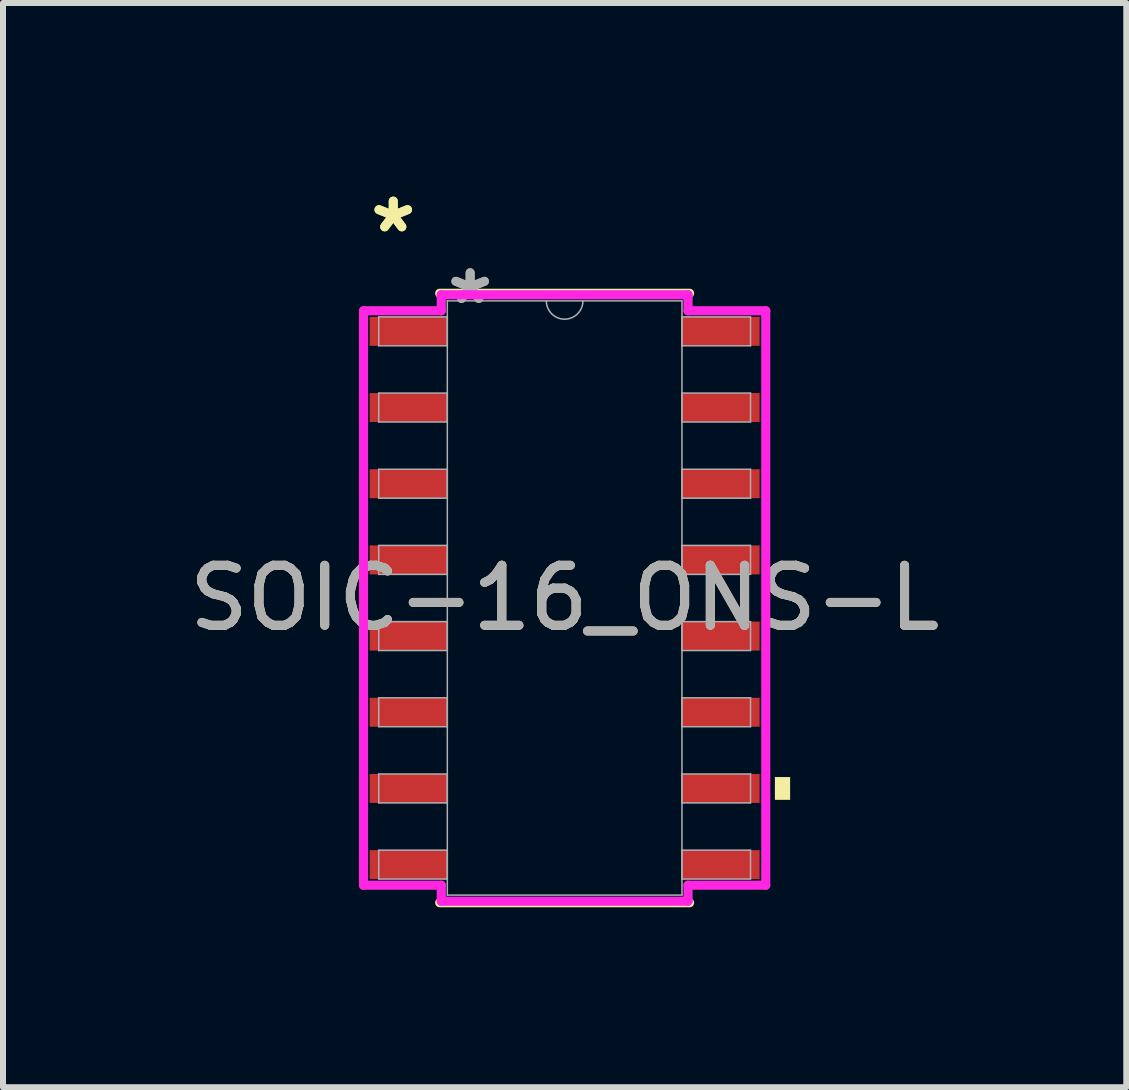
<source format=kicad_pcb>
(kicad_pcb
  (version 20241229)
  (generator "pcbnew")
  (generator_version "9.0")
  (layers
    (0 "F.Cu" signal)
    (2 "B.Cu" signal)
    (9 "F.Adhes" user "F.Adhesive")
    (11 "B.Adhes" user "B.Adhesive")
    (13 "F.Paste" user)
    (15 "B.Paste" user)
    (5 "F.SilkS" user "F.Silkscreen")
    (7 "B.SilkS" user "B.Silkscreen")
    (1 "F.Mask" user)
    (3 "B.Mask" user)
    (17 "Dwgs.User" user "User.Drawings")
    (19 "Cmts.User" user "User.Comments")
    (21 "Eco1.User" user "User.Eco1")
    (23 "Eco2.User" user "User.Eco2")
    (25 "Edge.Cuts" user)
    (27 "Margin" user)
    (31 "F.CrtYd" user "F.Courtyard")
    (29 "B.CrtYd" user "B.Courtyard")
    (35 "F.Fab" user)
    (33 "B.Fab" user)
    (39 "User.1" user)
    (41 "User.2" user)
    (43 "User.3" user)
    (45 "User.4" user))
  (footprint "SOIC-16_ONS-L"
    (layer "F.Cu")
    (at 6.363 6.919)
    (property "Reference" "SOIC-16_ONS-L" (at 0 0 0) (unlocked yes) (layer "F.SilkS") (effects (font (size 1 1) (thickness 0.15))))
    (attr smd)
    (fp_line (start -2.083 5.08) (end 2.083 5.08) (stroke (width 0.152) (type solid)) (layer "F.SilkS"))
    (fp_line (start 2.083 -5.08) (end -2.083 -5.08) (stroke (width 0.152) (type solid)) (layer "F.SilkS"))
    (fp_poly (pts (xy 3.759 2.985) (xy 3.759 3.365) (xy 3.505 3.365) (xy 3.505 2.985)) (stroke (width 0) (type solid)) (fill yes) (layer "F.SilkS"))
    (fp_line (start -3.353 -4.788) (end -2.057 -4.788) (stroke (width 0.152) (type solid)) (layer "F.CrtYd"))
    (fp_line (start -3.353 4.788) (end -3.353 -4.788) (stroke (width 0.152) (type solid)) (layer "F.CrtYd"))
    (fp_line (start -3.353 4.788) (end -2.057 4.788) (stroke (width 0.152) (type solid)) (layer "F.CrtYd"))
    (fp_line (start -2.057 -5.055) (end 2.057 -5.055) (stroke (width 0.152) (type solid)) (layer "F.CrtYd"))
    (fp_line (start -2.057 -4.788) (end -2.057 -5.055) (stroke (width 0.152) (type solid)) (layer "F.CrtYd"))
    (fp_line (start -2.057 5.055) (end -2.057 4.788) (stroke (width 0.152) (type solid)) (layer "F.CrtYd"))
    (fp_line (start 2.057 -5.055) (end 2.057 -4.788) (stroke (width 0.152) (type solid)) (layer "F.CrtYd"))
    (fp_line (start 2.057 4.788) (end 2.057 5.055) (stroke (width 0.152) (type solid)) (layer "F.CrtYd"))
    (fp_line (start 2.057 5.055) (end -2.057 5.055) (stroke (width 0.152) (type solid)) (layer "F.CrtYd"))
    (fp_line (start 3.353 -4.788) (end 2.057 -4.788) (stroke (width 0.152) (type solid)) (layer "F.CrtYd"))
    (fp_line (start 3.353 -4.788) (end 3.353 4.788) (stroke (width 0.152) (type solid)) (layer "F.CrtYd"))
    (fp_line (start 3.353 4.788) (end 2.057 4.788) (stroke (width 0.152) (type solid)) (layer "F.CrtYd"))
    (fp_line (start -3.099 -4.686) (end -3.099 -4.204) (stroke (width 0.025) (type solid)) (layer "F.Fab"))
    (fp_line (start -3.099 -4.204) (end -1.956 -4.204) (stroke (width 0.025) (type solid)) (layer "F.Fab"))
    (fp_line (start -3.099 -3.416) (end -3.099 -2.934) (stroke (width 0.025) (type solid)) (layer "F.Fab"))
    (fp_line (start -3.099 -2.934) (end -1.956 -2.934) (stroke (width 0.025) (type solid)) (layer "F.Fab"))
    (fp_line (start -3.099 -2.146) (end -3.099 -1.664) (stroke (width 0.025) (type solid)) (layer "F.Fab"))
    (fp_line (start -3.099 -1.664) (end -1.956 -1.664) (stroke (width 0.025) (type solid)) (layer "F.Fab"))
    (fp_line (start -3.099 -0.876) (end -3.099 -0.394) (stroke (width 0.025) (type solid)) (layer "F.Fab"))
    (fp_line (start -3.099 -0.394) (end -1.956 -0.394) (stroke (width 0.025) (type solid)) (layer "F.Fab"))
    (fp_line (start -3.099 0.394) (end -3.099 0.876) (stroke (width 0.025) (type solid)) (layer "F.Fab"))
    (fp_line (start -3.099 0.876) (end -1.956 0.876) (stroke (width 0.025) (type solid)) (layer "F.Fab"))
    (fp_line (start -3.099 1.664) (end -3.099 2.146) (stroke (width 0.025) (type solid)) (layer "F.Fab"))
    (fp_line (start -3.099 2.146) (end -1.956 2.146) (stroke (width 0.025) (type solid)) (layer "F.Fab"))
    (fp_line (start -3.099 2.934) (end -3.099 3.416) (stroke (width 0.025) (type solid)) (layer "F.Fab"))
    (fp_line (start -3.099 3.416) (end -1.956 3.416) (stroke (width 0.025) (type solid)) (layer "F.Fab"))
    (fp_line (start -3.099 4.204) (end -3.099 4.686) (stroke (width 0.025) (type solid)) (layer "F.Fab"))
    (fp_line (start -3.099 4.686) (end -1.956 4.686) (stroke (width 0.025) (type solid)) (layer "F.Fab"))
    (fp_line (start -1.956 -4.953) (end -1.956 4.953) (stroke (width 0.025) (type solid)) (layer "F.Fab"))
    (fp_line (start -1.956 -4.686) (end -3.099 -4.686) (stroke (width 0.025) (type solid)) (layer "F.Fab"))
    (fp_line (start -1.956 -4.204) (end -1.956 -4.686) (stroke (width 0.025) (type solid)) (layer "F.Fab"))
    (fp_line (start -1.956 -3.416) (end -3.099 -3.416) (stroke (width 0.025) (type solid)) (layer "F.Fab"))
    (fp_line (start -1.956 -2.934) (end -1.956 -3.416) (stroke (width 0.025) (type solid)) (layer "F.Fab"))
    (fp_line (start -1.956 -2.146) (end -3.099 -2.146) (stroke (width 0.025) (type solid)) (layer "F.Fab"))
    (fp_line (start -1.956 -1.664) (end -1.956 -2.146) (stroke (width 0.025) (type solid)) (layer "F.Fab"))
    (fp_line (start -1.956 -0.876) (end -3.099 -0.876) (stroke (width 0.025) (type solid)) (layer "F.Fab"))
    (fp_line (start -1.956 -0.394) (end -1.956 -0.876) (stroke (width 0.025) (type solid)) (layer "F.Fab"))
    (fp_line (start -1.956 0.394) (end -3.099 0.394) (stroke (width 0.025) (type solid)) (layer "F.Fab"))
    (fp_line (start -1.956 0.876) (end -1.956 0.394) (stroke (width 0.025) (type solid)) (layer "F.Fab"))
    (fp_line (start -1.956 1.664) (end -3.099 1.664) (stroke (width 0.025) (type solid)) (layer "F.Fab"))
    (fp_line (start -1.956 2.146) (end -1.956 1.664) (stroke (width 0.025) (type solid)) (layer "F.Fab"))
    (fp_line (start -1.956 2.934) (end -3.099 2.934) (stroke (width 0.025) (type solid)) (layer "F.Fab"))
    (fp_line (start -1.956 3.416) (end -1.956 2.934) (stroke (width 0.025) (type solid)) (layer "F.Fab"))
    (fp_line (start -1.956 4.204) (end -3.099 4.204) (stroke (width 0.025) (type solid)) (layer "F.Fab"))
    (fp_line (start -1.956 4.686) (end -1.956 4.204) (stroke (width 0.025) (type solid)) (layer "F.Fab"))
    (fp_line (start -1.956 4.953) (end 1.956 4.953) (stroke (width 0.025) (type solid)) (layer "F.Fab"))
    (fp_line (start 1.956 -4.953) (end -1.956 -4.953) (stroke (width 0.025) (type solid)) (layer "F.Fab"))
    (fp_line (start 1.956 -4.686) (end 1.956 -4.204) (stroke (width 0.025) (type solid)) (layer "F.Fab"))
    (fp_line (start 1.956 -4.204) (end 3.099 -4.204) (stroke (width 0.025) (type solid)) (layer "F.Fab"))
    (fp_line (start 1.956 -3.416) (end 1.956 -2.934) (stroke (width 0.025) (type solid)) (layer "F.Fab"))
    (fp_line (start 1.956 -2.934) (end 3.099 -2.934) (stroke (width 0.025) (type solid)) (layer "F.Fab"))
    (fp_line (start 1.956 -2.146) (end 1.956 -1.664) (stroke (width 0.025) (type solid)) (layer "F.Fab"))
    (fp_line (start 1.956 -1.664) (end 3.099 -1.664) (stroke (width 0.025) (type solid)) (layer "F.Fab"))
    (fp_line (start 1.956 -0.876) (end 1.956 -0.394) (stroke (width 0.025) (type solid)) (layer "F.Fab"))
    (fp_line (start 1.956 -0.394) (end 3.099 -0.394) (stroke (width 0.025) (type solid)) (layer "F.Fab"))
    (fp_line (start 1.956 0.394) (end 1.956 0.876) (stroke (width 0.025) (type solid)) (layer "F.Fab"))
    (fp_line (start 1.956 0.876) (end 3.099 0.876) (stroke (width 0.025) (type solid)) (layer "F.Fab"))
    (fp_line (start 1.956 1.664) (end 1.956 2.146) (stroke (width 0.025) (type solid)) (layer "F.Fab"))
    (fp_line (start 1.956 2.146) (end 3.099 2.146) (stroke (width 0.025) (type solid)) (layer "F.Fab"))
    (fp_line (start 1.956 2.934) (end 1.956 3.416) (stroke (width 0.025) (type solid)) (layer "F.Fab"))
    (fp_line (start 1.956 3.416) (end 3.099 3.416) (stroke (width 0.025) (type solid)) (layer "F.Fab"))
    (fp_line (start 1.956 4.204) (end 1.956 4.686) (stroke (width 0.025) (type solid)) (layer "F.Fab"))
    (fp_line (start 1.956 4.686) (end 3.099 4.686) (stroke (width 0.025) (type solid)) (layer "F.Fab"))
    (fp_line (start 1.956 4.953) (end 1.956 -4.953) (stroke (width 0.025) (type solid)) (layer "F.Fab"))
    (fp_line (start 3.099 -4.686) (end 1.956 -4.686) (stroke (width 0.025) (type solid)) (layer "F.Fab"))
    (fp_line (start 3.099 -4.204) (end 3.099 -4.686) (stroke (width 0.025) (type solid)) (layer "F.Fab"))
    (fp_line (start 3.099 -3.416) (end 1.956 -3.416) (stroke (width 0.025) (type solid)) (layer "F.Fab"))
    (fp_line (start 3.099 -2.934) (end 3.099 -3.416) (stroke (width 0.025) (type solid)) (layer "F.Fab"))
    (fp_line (start 3.099 -2.146) (end 1.956 -2.146) (stroke (width 0.025) (type solid)) (layer "F.Fab"))
    (fp_line (start 3.099 -1.664) (end 3.099 -2.146) (stroke (width 0.025) (type solid)) (layer "F.Fab"))
    (fp_line (start 3.099 -0.876) (end 1.956 -0.876) (stroke (width 0.025) (type solid)) (layer "F.Fab"))
    (fp_line (start 3.099 -0.394) (end 3.099 -0.876) (stroke (width 0.025) (type solid)) (layer "F.Fab"))
    (fp_line (start 3.099 0.394) (end 1.956 0.394) (stroke (width 0.025) (type solid)) (layer "F.Fab"))
    (fp_line (start 3.099 0.876) (end 3.099 0.394) (stroke (width 0.025) (type solid)) (layer "F.Fab"))
    (fp_line (start 3.099 1.664) (end 1.956 1.664) (stroke (width 0.025) (type solid)) (layer "F.Fab"))
    (fp_line (start 3.099 2.146) (end 3.099 1.664) (stroke (width 0.025) (type solid)) (layer "F.Fab"))
    (fp_line (start 3.099 2.934) (end 1.956 2.934) (stroke (width 0.025) (type solid)) (layer "F.Fab"))
    (fp_line (start 3.099 3.416) (end 3.099 2.934) (stroke (width 0.025) (type solid)) (layer "F.Fab"))
    (fp_line (start 3.099 4.204) (end 1.956 4.204) (stroke (width 0.025) (type solid)) (layer "F.Fab"))
    (fp_line (start 3.099 4.686) (end 3.099 4.204) (stroke (width 0.025) (type solid)) (layer "F.Fab"))
    (fp_arc (start 0.3048 -4.953) (mid 0 -4.6482) (end -0.3048 -4.953) (stroke (width 0.0254) (type solid)) (layer "F.Fab"))
    (fp_text user "*" (at -2.857 -6.071 0) (layer "F.SilkS") (effects (font (size 1 1) (thickness 0.15))))
    (fp_text user "*" (at -2.857 -6.071 0) (unlocked yes) (layer "F.SilkS") (effects (font (size 1 1) (thickness 0.15))))
    (fp_text user "${REFERENCE}" (at 0 0 0) (unlocked yes) (layer "F.Fab") (effects (font (size 1 1) (thickness 0.15))))
    (fp_text user "*" (at -1.575 -4.877 0) (unlocked yes) (layer "F.Fab") (effects (font (size 1 1) (thickness 0.15))))
    (fp_text user "*" (at -1.575 -4.877 0) (layer "F.Fab") (effects (font (size 1 1) (thickness 0.15))))
    (pad "1" smd rect (at -2.603 -4.445) (size 1.295 0.483) (layers "F.Cu" "F.Mask" "F.Paste"))
    (pad "2" smd rect (at -2.603 -3.175) (size 1.295 0.483) (layers "F.Cu" "F.Mask" "F.Paste"))
    (pad "3" smd rect (at -2.603 -1.905) (size 1.295 0.483) (layers "F.Cu" "F.Mask" "F.Paste"))
    (pad "4" smd rect (at -2.603 -0.635) (size 1.295 0.483) (layers "F.Cu" "F.Mask" "F.Paste"))
    (pad "5" smd rect (at -2.603 0.635) (size 1.295 0.483) (layers "F.Cu" "F.Mask" "F.Paste"))
    (pad "6" smd rect (at -2.603 1.905) (size 1.295 0.483) (layers "F.Cu" "F.Mask" "F.Paste"))
    (pad "7" smd rect (at -2.603 3.175) (size 1.295 0.483) (layers "F.Cu" "F.Mask" "F.Paste"))
    (pad "8" smd rect (at -2.603 4.445) (size 1.295 0.483) (layers "F.Cu" "F.Mask" "F.Paste"))
    (pad "9" smd rect (at 2.603 4.445) (size 1.295 0.483) (layers "F.Cu" "F.Mask" "F.Paste"))
    (pad "10" smd rect (at 2.603 3.175) (size 1.295 0.483) (layers "F.Cu" "F.Mask" "F.Paste"))
    (pad "11" smd rect (at 2.603 1.905) (size 1.295 0.483) (layers "F.Cu" "F.Mask" "F.Paste"))
    (pad "12" smd rect (at 2.603 0.635) (size 1.295 0.483) (layers "F.Cu" "F.Mask" "F.Paste"))
    (pad "13" smd rect (at 2.603 -0.635) (size 1.295 0.483) (layers "F.Cu" "F.Mask" "F.Paste"))
    (pad "14" smd rect (at 2.603 -1.905) (size 1.295 0.483) (layers "F.Cu" "F.Mask" "F.Paste"))
    (pad "15" smd rect (at 2.603 -3.175) (size 1.295 0.483) (layers "F.Cu" "F.Mask" "F.Paste"))
    (pad "16" smd rect (at 2.603 -4.445) (size 1.295 0.483) (layers "F.Cu" "F.Mask" "F.Paste")))
  (gr_rect
    (start -3 -3)
    (end 15.726 15.075)
    (stroke (width 0.1) (type default))
    (fill no)
    (layer "Edge.Cuts")))
</source>
